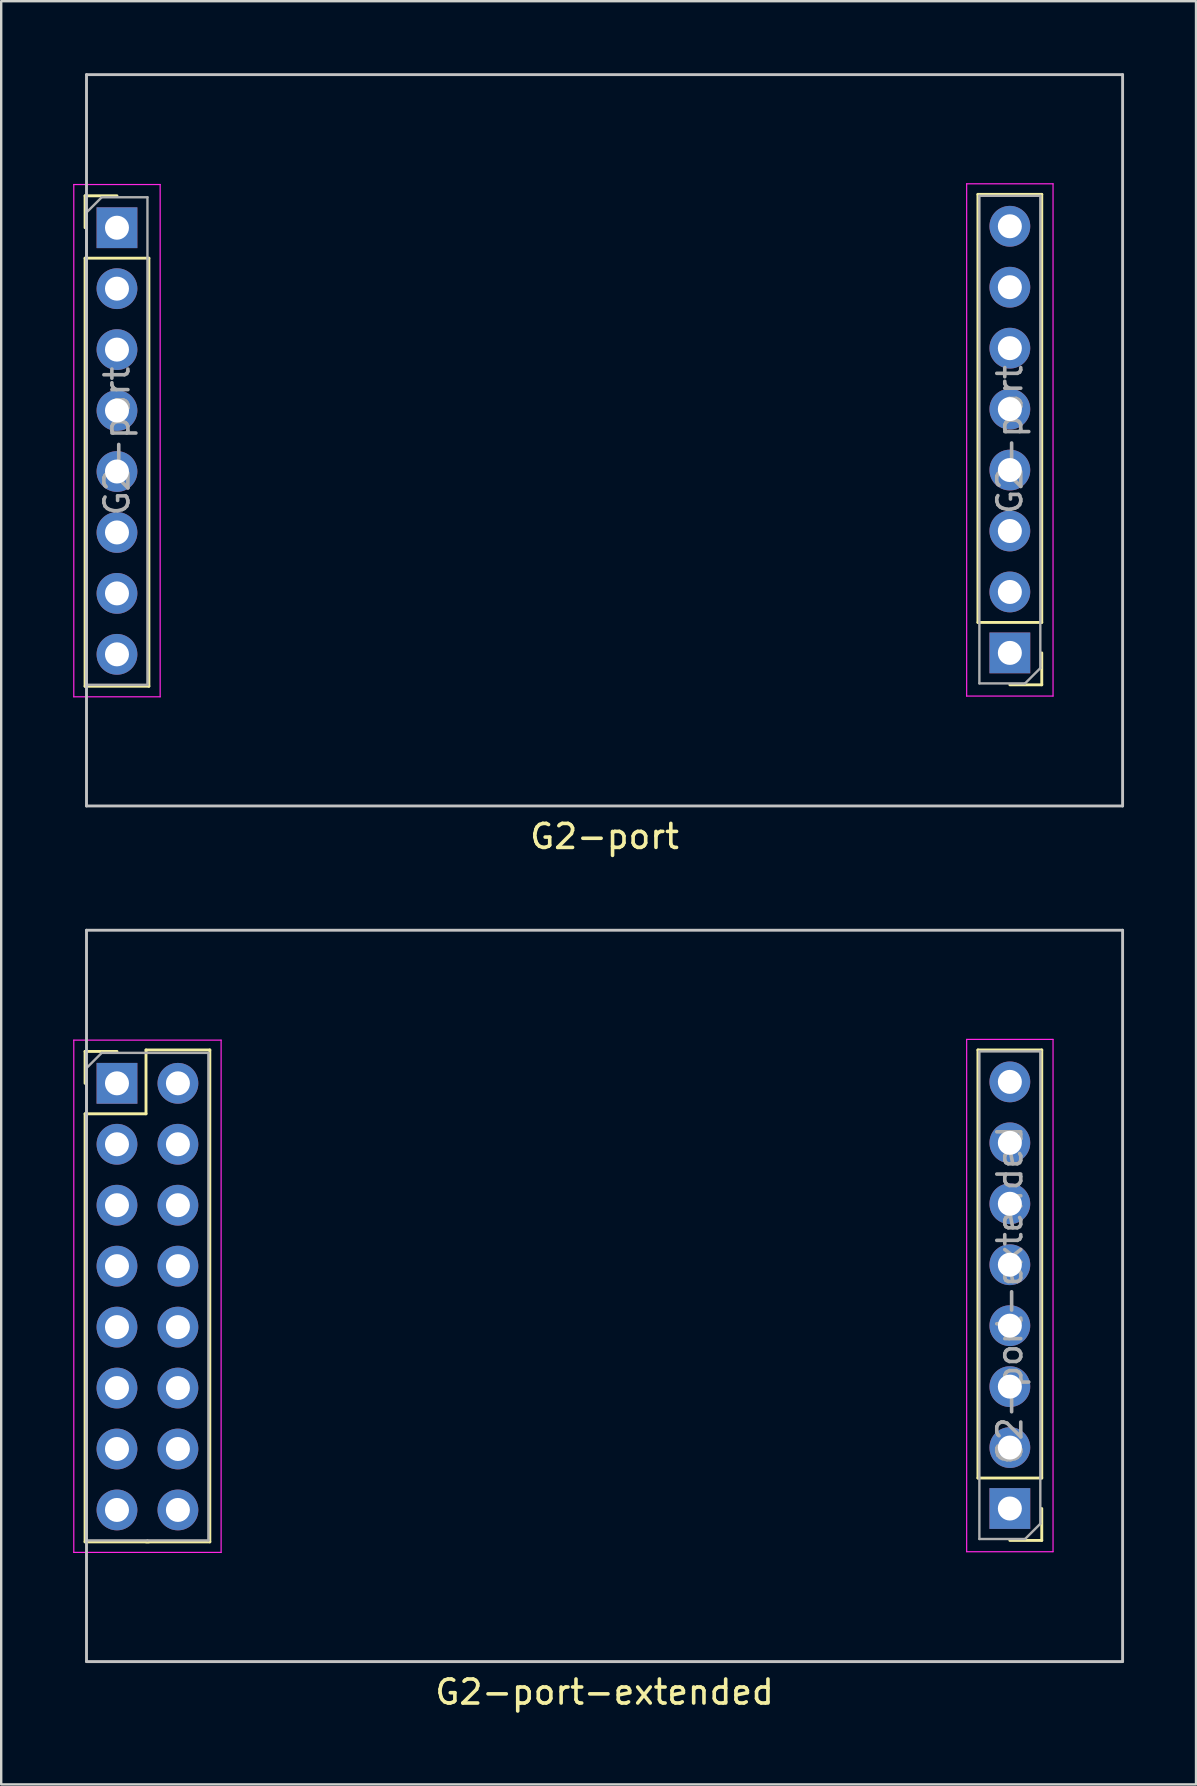
<source format=kicad_pcb>
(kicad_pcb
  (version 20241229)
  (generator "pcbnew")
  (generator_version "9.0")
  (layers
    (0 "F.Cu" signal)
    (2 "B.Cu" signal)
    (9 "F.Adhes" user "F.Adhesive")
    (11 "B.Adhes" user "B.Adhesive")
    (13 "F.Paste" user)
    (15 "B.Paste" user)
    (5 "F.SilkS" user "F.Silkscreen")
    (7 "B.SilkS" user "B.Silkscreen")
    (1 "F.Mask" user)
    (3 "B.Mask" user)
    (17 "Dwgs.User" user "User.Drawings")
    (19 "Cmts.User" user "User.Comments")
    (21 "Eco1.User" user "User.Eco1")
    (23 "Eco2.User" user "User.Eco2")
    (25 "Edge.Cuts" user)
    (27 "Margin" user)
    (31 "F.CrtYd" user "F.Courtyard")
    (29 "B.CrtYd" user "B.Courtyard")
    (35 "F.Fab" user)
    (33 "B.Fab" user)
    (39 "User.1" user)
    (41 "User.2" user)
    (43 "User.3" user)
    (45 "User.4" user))
  (footprint "G2-port-extended"
    (layer "F.Cu")
    (at 22.145 50.958)
    (property "Reference" "G2-port-extended" (at 0 16.51 0) (layer "F.SilkS") (effects (font (size 1 1) (thickness 0.15))))
    (attr through_hole)
    (fp_line (start -21.65 -10.19) (end -20.32 -10.19) (stroke (width 0.12) (type solid)) (layer "F.SilkS"))
    (fp_line (start -21.65 -8.86) (end -21.65 -10.19) (stroke (width 0.12) (type solid)) (layer "F.SilkS"))
    (fp_line (start -21.65 -7.59) (end -21.65 10.25) (stroke (width 0.12) (type solid)) (layer "F.SilkS"))
    (fp_line (start -21.65 -7.59) (end -19.11 -7.59) (stroke (width 0.12) (type solid)) (layer "F.SilkS"))
    (fp_line (start -21.65 10.25) (end -18.99 10.25) (stroke (width 0.12) (type solid)) (layer "F.SilkS"))
    (fp_line (start -19.11 -10.25) (end -16.45 -10.25) (stroke (width 0.12) (type solid)) (layer "F.SilkS"))
    (fp_line (start -19.11 -7.59) (end -19.11 -10.25) (stroke (width 0.12) (type solid)) (layer "F.SilkS"))
    (fp_line (start -19.11 10.25) (end -16.45 10.25) (stroke (width 0.12) (type solid)) (layer "F.SilkS"))
    (fp_line (start -16.45 -10.25) (end -16.45 10.25) (stroke (width 0.12) (type solid)) (layer "F.SilkS"))
    (fp_line (start 15.561 7.59) (end 15.561 -10.25) (stroke (width 0.12) (type solid)) (layer "F.SilkS"))
    (fp_line (start 18.221 -10.25) (end 15.561 -10.25) (stroke (width 0.12) (type solid)) (layer "F.SilkS"))
    (fp_line (start 18.221 7.59) (end 15.561 7.59) (stroke (width 0.12) (type solid)) (layer "F.SilkS"))
    (fp_line (start 18.221 7.59) (end 18.221 -10.25) (stroke (width 0.12) (type solid)) (layer "F.SilkS"))
    (fp_line (start 18.221 8.86) (end 18.221 10.19) (stroke (width 0.12) (type solid)) (layer "F.SilkS"))
    (fp_line (start 18.221 10.19) (end 16.891 10.19) (stroke (width 0.12) (type solid)) (layer "F.SilkS"))
    (fp_line (start -21.59 -15.24) (end 21.59 -15.24) (stroke (width 0.12) (type solid)) (layer "Dwgs.User"))
    (fp_line (start -21.59 15.24) (end -21.59 -15.24) (stroke (width 0.12) (type solid)) (layer "Dwgs.User"))
    (fp_line (start -21.59 15.24) (end 21.59 15.24) (stroke (width 0.12) (type solid)) (layer "Dwgs.User"))
    (fp_line (start 21.59 15.24) (end 21.59 -15.24) (stroke (width 0.12) (type solid)) (layer "Dwgs.User"))
    (fp_line (start -22.12 -10.66) (end -22.12 10.69) (stroke (width 0.05) (type solid)) (layer "F.CrtYd"))
    (fp_line (start -15.98 -10.66) (end -22.12 -10.66) (stroke (width 0.05) (type solid)) (layer "F.CrtYd"))
    (fp_line (start -15.98 10.69) (end -22.12 10.69) (stroke (width 0.05) (type solid)) (layer "F.CrtYd"))
    (fp_line (start -15.98 10.69) (end -15.98 -10.66) (stroke (width 0.05) (type solid)) (layer "F.CrtYd"))
    (fp_line (start 15.091 -10.69) (end 15.091 10.66) (stroke (width 0.05) (type solid)) (layer "F.CrtYd"))
    (fp_line (start 15.091 10.66) (end 18.691 10.66) (stroke (width 0.05) (type solid)) (layer "F.CrtYd"))
    (fp_line (start 18.691 -10.69) (end 15.091 -10.69) (stroke (width 0.05) (type solid)) (layer "F.CrtYd"))
    (fp_line (start 18.691 10.66) (end 18.691 -10.69) (stroke (width 0.05) (type solid)) (layer "F.CrtYd"))
    (fp_line (start -21.59 -9.495) (end -20.955 -10.13) (stroke (width 0.1) (type solid)) (layer "F.Fab"))
    (fp_line (start -21.59 10.19) (end -21.59 -9.495) (stroke (width 0.1) (type solid)) (layer "F.Fab"))
    (fp_line (start -20.955 -10.13) (end -19.05 -10.13) (stroke (width 0.1) (type solid)) (layer "F.Fab"))
    (fp_line (start -19.05 -10.13) (end -16.51 -10.13) (stroke (width 0.1) (type solid)) (layer "F.Fab"))
    (fp_line (start -19.05 10.19) (end -21.59 10.19) (stroke (width 0.1) (type solid)) (layer "F.Fab"))
    (fp_line (start -16.51 -10.13) (end -16.51 10.19) (stroke (width 0.1) (type solid)) (layer "F.Fab"))
    (fp_line (start -16.51 10.19) (end -19.05 10.19) (stroke (width 0.1) (type solid)) (layer "F.Fab"))
    (fp_line (start 15.621 -10.19) (end 18.161 -10.19) (stroke (width 0.1) (type solid)) (layer "F.Fab"))
    (fp_line (start 15.621 10.13) (end 15.621 -10.19) (stroke (width 0.1) (type solid)) (layer "F.Fab"))
    (fp_line (start 17.526 10.13) (end 15.621 10.13) (stroke (width 0.1) (type solid)) (layer "F.Fab"))
    (fp_line (start 18.161 -10.19) (end 18.161 9.495) (stroke (width 0.1) (type solid)) (layer "F.Fab"))
    (fp_line (start 18.161 9.495) (end 17.526 10.13) (stroke (width 0.1) (type solid)) (layer "F.Fab"))
    (fp_text user "${REFERENCE}" (at 16.891 -0.03 270) (layer "F.Fab") (effects (font (size 1 1) (thickness 0.15))))
    (pad "1" thru_hole rect (at -20.32 -8.86) (size 1.7 1.7) (drill 1) (layers "*.Cu" "*.Mask"))
    (pad "2" thru_hole oval (at -20.32 -6.32) (size 1.7 1.7) (drill 1) (layers "*.Cu" "*.Mask"))
    (pad "3" thru_hole oval (at -20.32 -3.78) (size 1.7 1.7) (drill 1) (layers "*.Cu" "*.Mask"))
    (pad "4" thru_hole oval (at -20.32 -1.24) (size 1.7 1.7) (drill 1) (layers "*.Cu" "*.Mask"))
    (pad "5" thru_hole oval (at -20.32 1.3) (size 1.7 1.7) (drill 1) (layers "*.Cu" "*.Mask"))
    (pad "6" thru_hole oval (at -20.32 3.84) (size 1.7 1.7) (drill 1) (layers "*.Cu" "*.Mask"))
    (pad "7" thru_hole oval (at -20.32 6.38) (size 1.7 1.7) (drill 1) (layers "*.Cu" "*.Mask"))
    (pad "8" thru_hole oval (at -20.32 8.92) (size 1.7 1.7) (drill 1) (layers "*.Cu" "*.Mask"))
    (pad "9" thru_hole circle (at -17.78 -8.86) (size 1.7 1.7) (drill 1) (layers "*.Cu" "*.Mask"))
    (pad "10" thru_hole oval (at -17.78 -6.32) (size 1.7 1.7) (drill 1) (layers "*.Cu" "*.Mask"))
    (pad "11" thru_hole oval (at -17.78 -3.78) (size 1.7 1.7) (drill 1) (layers "*.Cu" "*.Mask"))
    (pad "12" thru_hole oval (at -17.78 -1.24) (size 1.7 1.7) (drill 1) (layers "*.Cu" "*.Mask"))
    (pad "13" thru_hole oval (at -17.78 1.3) (size 1.7 1.7) (drill 1) (layers "*.Cu" "*.Mask"))
    (pad "14" thru_hole oval (at -17.78 3.84) (size 1.7 1.7) (drill 1) (layers "*.Cu" "*.Mask"))
    (pad "15" thru_hole oval (at -17.78 6.38) (size 1.7 1.7) (drill 1) (layers "*.Cu" "*.Mask"))
    (pad "16" thru_hole oval (at -17.78 8.92) (size 1.7 1.7) (drill 1) (layers "*.Cu" "*.Mask"))
    (pad "A" thru_hole oval (at 16.891 -8.92 180) (size 1.7 1.7) (drill 1) (layers "*.Cu" "*.Mask"))
    (pad "A" thru_hole oval (at 16.891 -6.38 180) (size 1.7 1.7) (drill 1) (layers "*.Cu" "*.Mask"))
    (pad "B" thru_hole oval (at 16.891 -3.84 180) (size 1.7 1.7) (drill 1) (layers "*.Cu" "*.Mask"))
    (pad "B" thru_hole oval (at 16.891 -1.3 180) (size 1.7 1.7) (drill 1) (layers "*.Cu" "*.Mask"))
    (pad "C" thru_hole oval (at 16.891 1.24 180) (size 1.7 1.7) (drill 1) (layers "*.Cu" "*.Mask"))
    (pad "C" thru_hole oval (at 16.891 3.78 180) (size 1.7 1.7) (drill 1) (layers "*.Cu" "*.Mask"))
    (pad "D" thru_hole oval (at 16.891 6.32 180) (size 1.7 1.7) (drill 1) (layers "*.Cu" "*.Mask"))
    (pad "D" thru_hole rect (at 16.891 8.86 180) (size 1.7 1.7) (drill 1) (layers "*.Cu" "*.Mask")))
  (footprint "G2-port"
    (layer "F.Cu")
    (at 22.145 15.3)
    (property "Reference" "G2-port" (at 0 16.51 0) (layer "F.SilkS") (effects (font (size 1 1) (thickness 0.15))))
    (attr through_hole)
    (fp_line (start -21.65 -10.19) (end -20.32 -10.19) (stroke (width 0.12) (type solid)) (layer "F.SilkS"))
    (fp_line (start -21.65 -8.86) (end -21.65 -10.19) (stroke (width 0.12) (type solid)) (layer "F.SilkS"))
    (fp_line (start -21.65 -7.59) (end -21.65 10.25) (stroke (width 0.12) (type solid)) (layer "F.SilkS"))
    (fp_line (start -21.65 -7.59) (end -18.99 -7.59) (stroke (width 0.12) (type solid)) (layer "F.SilkS"))
    (fp_line (start -21.65 10.25) (end -18.99 10.25) (stroke (width 0.12) (type solid)) (layer "F.SilkS"))
    (fp_line (start -18.99 -7.59) (end -18.99 10.25) (stroke (width 0.12) (type solid)) (layer "F.SilkS"))
    (fp_line (start 15.561 7.59) (end 15.561 -10.25) (stroke (width 0.12) (type solid)) (layer "F.SilkS"))
    (fp_line (start 18.221 -10.25) (end 15.561 -10.25) (stroke (width 0.12) (type solid)) (layer "F.SilkS"))
    (fp_line (start 18.221 7.59) (end 15.561 7.59) (stroke (width 0.12) (type solid)) (layer "F.SilkS"))
    (fp_line (start 18.221 7.59) (end 18.221 -10.25) (stroke (width 0.12) (type solid)) (layer "F.SilkS"))
    (fp_line (start 18.221 8.86) (end 18.221 10.19) (stroke (width 0.12) (type solid)) (layer "F.SilkS"))
    (fp_line (start 18.221 10.19) (end 16.891 10.19) (stroke (width 0.12) (type solid)) (layer "F.SilkS"))
    (fp_line (start -21.59 -15.24) (end 21.59 -15.24) (stroke (width 0.12) (type solid)) (layer "Dwgs.User"))
    (fp_line (start -21.59 15.24) (end -21.59 -15.24) (stroke (width 0.12) (type solid)) (layer "Dwgs.User"))
    (fp_line (start -21.59 15.24) (end 21.59 15.24) (stroke (width 0.12) (type solid)) (layer "Dwgs.User"))
    (fp_line (start 21.59 15.24) (end 21.59 -15.24) (stroke (width 0.12) (type solid)) (layer "Dwgs.User"))
    (fp_line (start -22.12 -10.66) (end -22.12 10.69) (stroke (width 0.05) (type solid)) (layer "F.CrtYd"))
    (fp_line (start -18.52 -10.66) (end -22.12 -10.66) (stroke (width 0.05) (type solid)) (layer "F.CrtYd"))
    (fp_line (start -18.52 10.69) (end -22.12 10.69) (stroke (width 0.05) (type solid)) (layer "F.CrtYd"))
    (fp_line (start -18.52 10.69) (end -18.52 -10.66) (stroke (width 0.05) (type solid)) (layer "F.CrtYd"))
    (fp_line (start 15.091 -10.69) (end 15.091 10.66) (stroke (width 0.05) (type solid)) (layer "F.CrtYd"))
    (fp_line (start 15.091 10.66) (end 18.691 10.66) (stroke (width 0.05) (type solid)) (layer "F.CrtYd"))
    (fp_line (start 18.691 -10.69) (end 15.091 -10.69) (stroke (width 0.05) (type solid)) (layer "F.CrtYd"))
    (fp_line (start 18.691 10.66) (end 18.691 -10.69) (stroke (width 0.05) (type solid)) (layer "F.CrtYd"))
    (fp_line (start -21.59 -9.495) (end -20.955 -10.13) (stroke (width 0.1) (type solid)) (layer "F.Fab"))
    (fp_line (start -21.59 10.16) (end -21.59 -9.495) (stroke (width 0.1) (type solid)) (layer "F.Fab"))
    (fp_line (start -20.955 -10.13) (end -19.05 -10.13) (stroke (width 0.1) (type solid)) (layer "F.Fab"))
    (fp_line (start -19.05 -10.13) (end -19.05 10.19) (stroke (width 0.1) (type solid)) (layer "F.Fab"))
    (fp_line (start -19.05 10.19) (end -21.59 10.19) (stroke (width 0.1) (type solid)) (layer "F.Fab"))
    (fp_line (start 15.621 -10.19) (end 18.161 -10.19) (stroke (width 0.1) (type solid)) (layer "F.Fab"))
    (fp_line (start 15.621 10.13) (end 15.621 -10.19) (stroke (width 0.1) (type solid)) (layer "F.Fab"))
    (fp_line (start 17.526 10.13) (end 15.621 10.13) (stroke (width 0.1) (type solid)) (layer "F.Fab"))
    (fp_line (start 18.161 -10.19) (end 18.161 9.495) (stroke (width 0.1) (type solid)) (layer "F.Fab"))
    (fp_line (start 18.161 9.495) (end 17.526 10.13) (stroke (width 0.1) (type solid)) (layer "F.Fab"))
    (fp_text user "${REFERENCE}" (at -20.32 0.03 90) (layer "F.Fab") (effects (font (size 1 1) (thickness 0.15))))
    (fp_text user "${REFERENCE}" (at 16.891 -0.03 270) (layer "F.Fab") (effects (font (size 1 1) (thickness 0.15))))
    (pad "1" thru_hole rect (at -20.32 -8.86) (size 1.7 1.7) (drill 1) (layers "*.Cu" "*.Mask"))
    (pad "2" thru_hole oval (at -20.32 -6.32) (size 1.7 1.7) (drill 1) (layers "*.Cu" "*.Mask"))
    (pad "3" thru_hole oval (at -20.32 -3.78) (size 1.7 1.7) (drill 1) (layers "*.Cu" "*.Mask"))
    (pad "4" thru_hole oval (at -20.32 -1.24) (size 1.7 1.7) (drill 1) (layers "*.Cu" "*.Mask"))
    (pad "5" thru_hole oval (at -20.32 1.3) (size 1.7 1.7) (drill 1) (layers "*.Cu" "*.Mask"))
    (pad "6" thru_hole oval (at -20.32 3.84) (size 1.7 1.7) (drill 1) (layers "*.Cu" "*.Mask"))
    (pad "7" thru_hole oval (at -20.32 6.38) (size 1.7 1.7) (drill 1) (layers "*.Cu" "*.Mask"))
    (pad "8" thru_hole oval (at -20.32 8.92) (size 1.7 1.7) (drill 1) (layers "*.Cu" "*.Mask"))
    (pad "9" thru_hole oval (at 16.891 -8.92 180) (size 1.7 1.7) (drill 1) (layers "*.Cu" "*.Mask"))
    (pad "9" thru_hole oval (at 16.891 -6.38 180) (size 1.7 1.7) (drill 1) (layers "*.Cu" "*.Mask"))
    (pad "10" thru_hole oval (at 16.891 -3.84 180) (size 1.7 1.7) (drill 1) (layers "*.Cu" "*.Mask"))
    (pad "10" thru_hole oval (at 16.891 -1.3 180) (size 1.7 1.7) (drill 1) (layers "*.Cu" "*.Mask"))
    (pad "11" thru_hole oval (at 16.891 1.24 180) (size 1.7 1.7) (drill 1) (layers "*.Cu" "*.Mask"))
    (pad "11" thru_hole oval (at 16.891 3.78 180) (size 1.7 1.7) (drill 1) (layers "*.Cu" "*.Mask"))
    (pad "12" thru_hole oval (at 16.891 6.32 180) (size 1.7 1.7) (drill 1) (layers "*.Cu" "*.Mask"))
    (pad "12" thru_hole rect (at 16.891 8.86 180) (size 1.7 1.7) (drill 1) (layers "*.Cu" "*.Mask")))
  (gr_rect
    (start -3 -3)
    (end 46.795 71.317)
    (stroke (width 0.1) (type default))
    (fill no)
    (layer "Edge.Cuts")))
</source>
